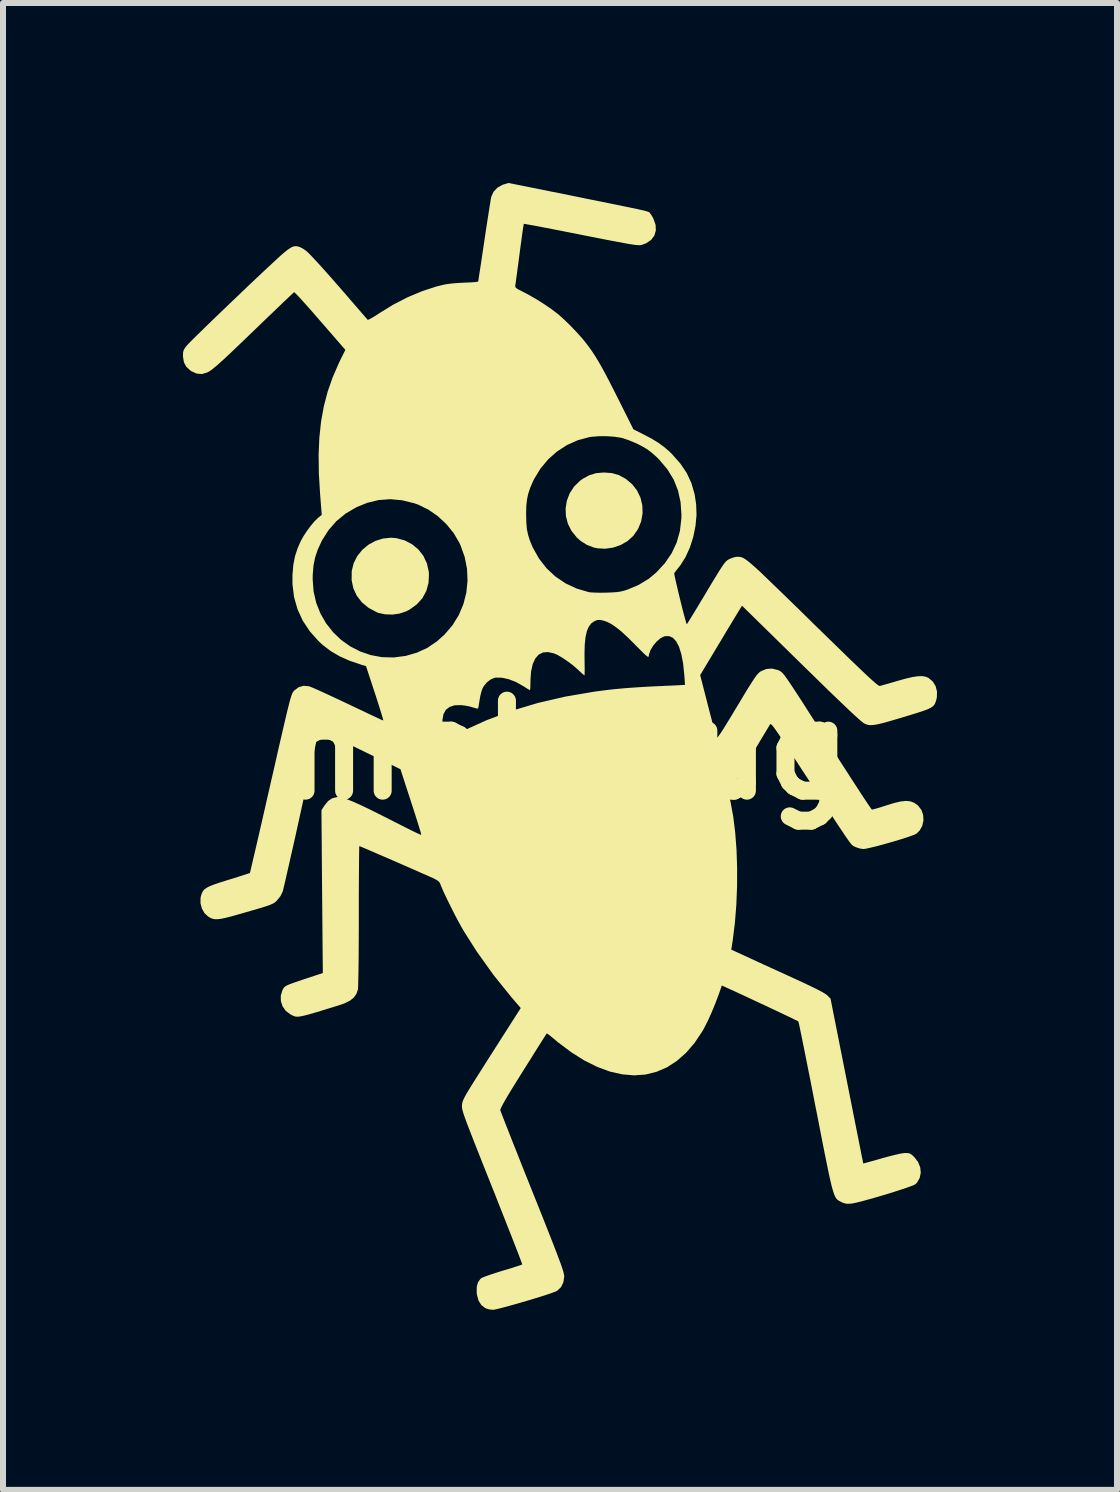
<source format=kicad_pcb>
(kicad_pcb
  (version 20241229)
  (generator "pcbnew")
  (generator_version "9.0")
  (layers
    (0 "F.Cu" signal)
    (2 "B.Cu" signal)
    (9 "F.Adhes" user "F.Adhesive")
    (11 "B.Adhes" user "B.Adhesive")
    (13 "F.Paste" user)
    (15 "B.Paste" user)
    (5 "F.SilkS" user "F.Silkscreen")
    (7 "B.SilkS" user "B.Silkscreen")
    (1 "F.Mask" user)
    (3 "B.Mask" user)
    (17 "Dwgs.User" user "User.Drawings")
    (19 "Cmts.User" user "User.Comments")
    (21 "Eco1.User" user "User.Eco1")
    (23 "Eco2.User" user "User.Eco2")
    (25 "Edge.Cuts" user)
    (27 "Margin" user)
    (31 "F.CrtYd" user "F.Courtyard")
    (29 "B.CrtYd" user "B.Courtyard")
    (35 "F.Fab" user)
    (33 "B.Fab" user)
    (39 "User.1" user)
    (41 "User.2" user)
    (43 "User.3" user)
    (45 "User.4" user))
  (footprint "mot_bug"
    (layer "F.Cu")
    (at 6.4 9.451)
    (property "Reference" "mot_bug" (at 0 0 0) (layer "F.SilkS") (effects (font (size 1.5 1.5) (thickness 0.3))))
    (attr board_only exclude_from_pos_files exclude_from_bom)
    (fp_poly (pts (xy -2.844 -3.531) (xy -2.704 -3.493) (xy -2.58 -3.428) (xy -2.475 -3.341) (xy -2.392 -3.234) (xy -2.334 -3.109) (xy -2.303 -2.971) (xy -2.3 -2.932) (xy -2.307 -2.785) (xy -2.344 -2.65) (xy -2.409 -2.53) (xy -2.502 -2.427) (xy -2.621 -2.341) (xy -2.685 -2.308) (xy -2.792 -2.273) (xy -2.911 -2.257) (xy -3.031 -2.261) (xy -3.14 -2.284) (xy -3.168 -2.295) (xy -3.305 -2.368) (xy -3.417 -2.46) (xy -3.502 -2.569) (xy -3.56 -2.693) (xy -3.589 -2.83) (xy -3.587 -2.977) (xy -3.586 -2.988) (xy -3.554 -3.116) (xy -3.494 -3.233) (xy -3.412 -3.335) (xy -3.311 -3.42) (xy -3.194 -3.484) (xy -3.068 -3.524) (xy -2.935 -3.538)) (stroke (width 0) (type solid)) (fill yes) (layer "F.SilkS"))
    (fp_poly (pts (xy 0.75 -4.615) (xy 0.865 -4.582) (xy 0.975 -4.522) (xy 0.981 -4.519) (xy 1.088 -4.429) (xy 1.17 -4.323) (xy 1.227 -4.203) (xy 1.257 -4.075) (xy 1.261 -3.943) (xy 1.238 -3.812) (xy 1.187 -3.686) (xy 1.108 -3.571) (xy 1.107 -3.57) (xy 1.012 -3.483) (xy 0.897 -3.417) (xy 0.769 -3.373) (xy 0.636 -3.354) (xy 0.504 -3.362) (xy 0.449 -3.374) (xy 0.331 -3.419) (xy 0.228 -3.485) (xy 0.165 -3.541) (xy 0.077 -3.65) (xy 0.016 -3.77) (xy -0.017 -3.897) (xy -0.022 -4.027) (xy -0.001 -4.156) (xy 0.046 -4.278) (xy 0.119 -4.39) (xy 0.217 -4.486) (xy 0.262 -4.519) (xy 0.372 -4.579) (xy 0.486 -4.614) (xy 0.615 -4.625) (xy 0.621 -4.625)) (stroke (width 0) (type solid)) (fill yes) (layer "F.SilkS"))
    (fp_poly (pts (xy 0.096 -9.236) (xy 0.325 -9.189) (xy 0.525 -9.149) (xy 0.697 -9.114) (xy 0.843 -9.084) (xy 0.966 -9.059) (xy 1.068 -9.038) (xy 1.151 -9.021) (xy 1.216 -9.006) (xy 1.267 -8.995) (xy 1.304 -8.986) (xy 1.332 -8.978) (xy 1.351 -8.972) (xy 1.363 -8.966) (xy 1.372 -8.962) (xy 1.378 -8.957) (xy 1.397 -8.932) (xy 1.424 -8.889) (xy 1.442 -8.855) (xy 1.478 -8.753) (xy 1.482 -8.659) (xy 1.457 -8.574) (xy 1.404 -8.503) (xy 1.323 -8.447) (xy 1.247 -8.419) (xy 1.231 -8.415) (xy 1.21 -8.414) (xy 1.182 -8.415) (xy 1.144 -8.418) (xy 1.094 -8.425) (xy 1.03 -8.435) (xy 0.948 -8.45) (xy 0.847 -8.469) (xy 0.723 -8.492) (xy 0.574 -8.521) (xy 0.398 -8.556) (xy 0.234 -8.588) (xy 0.063 -8.622) (xy -0.098 -8.654) (xy -0.247 -8.683) (xy -0.381 -8.709) (xy -0.496 -8.731) (xy -0.59 -8.748) (xy -0.661 -8.761) (xy -0.704 -8.769) (xy -0.719 -8.77) (xy -0.722 -8.753) (xy -0.73 -8.708) (xy -0.74 -8.638) (xy -0.752 -8.548) (xy -0.767 -8.441) (xy -0.783 -8.322) (xy -0.789 -8.276) (xy -0.805 -8.152) (xy -0.821 -8.036) (xy -0.834 -7.934) (xy -0.846 -7.849) (xy -0.854 -7.787) (xy -0.86 -7.751) (xy -0.86 -7.746) (xy -0.861 -7.722) (xy -0.849 -7.702) (xy -0.819 -7.681) (xy -0.775 -7.659) (xy -0.648 -7.593) (xy -0.514 -7.516) (xy -0.38 -7.432) (xy -0.257 -7.348) (xy -0.154 -7.269) (xy -0.134 -7.253) (xy -0.042 -7.17) (xy 0.059 -7.072) (xy 0.159 -6.967) (xy 0.25 -6.866) (xy 0.309 -6.794) (xy 0.365 -6.721) (xy 0.417 -6.648) (xy 0.467 -6.571) (xy 0.519 -6.487) (xy 0.574 -6.392) (xy 0.634 -6.282) (xy 0.702 -6.153) (xy 0.779 -6.001) (xy 0.854 -5.853) (xy 1.108 -5.345) (xy 1.275 -5.261) (xy 1.409 -5.191) (xy 1.519 -5.124) (xy 1.614 -5.055) (xy 1.703 -4.979) (xy 1.755 -4.928) (xy 1.891 -4.774) (xy 1.997 -4.616) (xy 2.075 -4.448) (xy 2.128 -4.265) (xy 2.154 -4.095) (xy 2.16 -3.917) (xy 2.143 -3.733) (xy 2.106 -3.551) (xy 2.05 -3.376) (xy 1.977 -3.215) (xy 1.89 -3.077) (xy 1.871 -3.053) (xy 1.833 -3.006) (xy 1.804 -2.968) (xy 1.789 -2.947) (xy 1.79 -2.928) (xy 1.799 -2.883) (xy 1.814 -2.816) (xy 1.833 -2.733) (xy 1.855 -2.639) (xy 1.879 -2.539) (xy 1.904 -2.438) (xy 1.928 -2.341) (xy 1.951 -2.254) (xy 1.971 -2.181) (xy 1.986 -2.128) (xy 1.996 -2.099) (xy 1.998 -2.096) (xy 2.007 -2.108) (xy 2.031 -2.146) (xy 2.067 -2.204) (xy 2.114 -2.281) (xy 2.17 -2.373) (xy 2.232 -2.477) (xy 2.269 -2.537) (xy 2.356 -2.684) (xy 2.429 -2.805) (xy 2.489 -2.903) (xy 2.537 -2.981) (xy 2.576 -3.042) (xy 2.607 -3.088) (xy 2.632 -3.121) (xy 2.653 -3.144) (xy 2.672 -3.161) (xy 2.69 -3.173) (xy 2.71 -3.183) (xy 2.716 -3.186) (xy 2.769 -3.207) (xy 2.819 -3.219) (xy 2.833 -3.22) (xy 2.856 -3.22) (xy 2.877 -3.219) (xy 2.899 -3.215) (xy 2.921 -3.208) (xy 2.947 -3.196) (xy 2.977 -3.177) (xy 3.013 -3.151) (xy 3.057 -3.115) (xy 3.11 -3.069) (xy 3.174 -3.012) (xy 3.25 -2.941) (xy 3.339 -2.855) (xy 3.444 -2.754) (xy 3.566 -2.636) (xy 3.707 -2.499) (xy 3.867 -2.343) (xy 4.049 -2.165) (xy 4.092 -2.122) (xy 4.281 -1.938) (xy 4.448 -1.775) (xy 4.594 -1.633) (xy 4.72 -1.51) (xy 4.829 -1.406) (xy 4.921 -1.318) (xy 4.998 -1.245) (xy 5.061 -1.187) (xy 5.111 -1.142) (xy 5.15 -1.108) (xy 5.179 -1.086) (xy 5.199 -1.072) (xy 5.211 -1.067) (xy 5.215 -1.067) (xy 5.243 -1.074) (xy 5.295 -1.089) (xy 5.367 -1.109) (xy 5.452 -1.134) (xy 5.513 -1.152) (xy 5.65 -1.19) (xy 5.762 -1.216) (xy 5.852 -1.229) (xy 5.924 -1.231) (xy 5.982 -1.22) (xy 6.029 -1.2) (xy 6.098 -1.141) (xy 6.146 -1.063) (xy 6.169 -0.972) (xy 6.166 -0.876) (xy 6.159 -0.844) (xy 6.147 -0.804) (xy 6.134 -0.771) (xy 6.116 -0.743) (xy 6.089 -0.719) (xy 6.051 -0.696) (xy 5.997 -0.672) (xy 5.924 -0.646) (xy 5.829 -0.615) (xy 5.708 -0.578) (xy 5.627 -0.553) (xy 5.479 -0.509) (xy 5.358 -0.474) (xy 5.261 -0.447) (xy 5.184 -0.429) (xy 5.123 -0.418) (xy 5.075 -0.414) (xy 5.036 -0.415) (xy 5.002 -0.423) (xy 4.97 -0.435) (xy 4.963 -0.438) (xy 4.942 -0.451) (xy 4.908 -0.478) (xy 4.859 -0.52) (xy 4.795 -0.578) (xy 4.715 -0.652) (xy 4.618 -0.745) (xy 4.502 -0.856) (xy 4.366 -0.986) (xy 4.211 -1.138) (xy 4.034 -1.311) (xy 3.905 -1.437) (xy 2.919 -2.404) (xy 2.875 -2.334) (xy 2.856 -2.304) (xy 2.823 -2.249) (xy 2.777 -2.174) (xy 2.722 -2.082) (xy 2.658 -1.977) (xy 2.59 -1.862) (xy 2.526 -1.756) (xy 2.221 -1.248) (xy 2.351 -0.742) (xy 2.383 -0.618) (xy 2.413 -0.502) (xy 2.44 -0.4) (xy 2.463 -0.316) (xy 2.48 -0.252) (xy 2.491 -0.215) (xy 2.494 -0.207) (xy 2.501 -0.204) (xy 2.514 -0.215) (xy 2.536 -0.243) (xy 2.567 -0.288) (xy 2.609 -0.353) (xy 2.663 -0.44) (xy 2.731 -0.551) (xy 2.813 -0.688) (xy 2.833 -0.72) (xy 2.917 -0.86) (xy 2.986 -0.975) (xy 3.043 -1.067) (xy 3.089 -1.139) (xy 3.126 -1.195) (xy 3.155 -1.236) (xy 3.18 -1.266) (xy 3.201 -1.288) (xy 3.221 -1.304) (xy 3.232 -1.311) (xy 3.321 -1.349) (xy 3.417 -1.357) (xy 3.515 -1.333) (xy 3.544 -1.32) (xy 3.558 -1.312) (xy 3.572 -1.302) (xy 3.588 -1.288) (xy 3.606 -1.268) (xy 3.629 -1.24) (xy 3.657 -1.202) (xy 3.691 -1.153) (xy 3.733 -1.091) (xy 3.784 -1.014) (xy 3.846 -0.919) (xy 3.919 -0.807) (xy 4.004 -0.673) (xy 4.104 -0.517) (xy 4.218 -0.338) (xy 4.339 -0.147) (xy 4.451 0.027) (xy 4.557 0.194) (xy 4.658 0.35) (xy 4.751 0.495) (xy 4.835 0.624) (xy 4.909 0.738) (xy 4.972 0.833) (xy 5.022 0.908) (xy 5.058 0.961) (xy 5.079 0.989) (xy 5.083 0.993) (xy 5.105 0.99) (xy 5.153 0.977) (xy 5.218 0.958) (xy 5.296 0.933) (xy 5.324 0.924) (xy 5.457 0.883) (xy 5.565 0.858) (xy 5.654 0.849) (xy 5.727 0.857) (xy 5.79 0.881) (xy 5.846 0.921) (xy 5.854 0.929) (xy 5.909 1) (xy 5.938 1.085) (xy 5.943 1.175) (xy 5.923 1.264) (xy 5.88 1.342) (xy 5.826 1.395) (xy 5.794 1.411) (xy 5.736 1.433) (xy 5.658 1.46) (xy 5.564 1.49) (xy 5.461 1.521) (xy 5.353 1.552) (xy 5.247 1.582) (xy 5.147 1.608) (xy 5.061 1.629) (xy 4.992 1.644) (xy 4.946 1.651) (xy 4.94 1.651) (xy 4.884 1.643) (xy 4.822 1.623) (xy 4.802 1.614) (xy 4.791 1.608) (xy 4.781 1.604) (xy 4.771 1.599) (xy 4.761 1.591) (xy 4.749 1.58) (xy 4.734 1.563) (xy 4.715 1.539) (xy 4.691 1.506) (xy 4.661 1.463) (xy 4.623 1.408) (xy 4.578 1.34) (xy 4.522 1.257) (xy 4.456 1.156) (xy 4.379 1.038) (xy 4.289 0.899) (xy 4.185 0.74) (xy 4.066 0.556) (xy 3.93 0.349) (xy 3.834 0.201) (xy 3.734 0.048) (xy 3.651 -0.08) (xy 3.582 -0.184) (xy 3.526 -0.267) (xy 3.482 -0.33) (xy 3.449 -0.376) (xy 3.424 -0.407) (xy 3.407 -0.425) (xy 3.395 -0.432) (xy 3.388 -0.429) (xy 3.388 -0.429) (xy 3.375 -0.409) (xy 3.348 -0.364) (xy 3.308 -0.297) (xy 3.257 -0.212) (xy 3.197 -0.112) (xy 3.13 0.001) (xy 3.057 0.123) (xy 3.033 0.164) (xy 2.697 0.728) (xy 2.727 0.866) (xy 2.772 1.11) (xy 2.805 1.378) (xy 2.827 1.665) (xy 2.837 1.965) (xy 2.836 2.271) (xy 2.824 2.578) (xy 2.8 2.88) (xy 2.764 3.171) (xy 2.75 3.262) (xy 2.739 3.328) (xy 2.982 3.44) (xy 3.057 3.474) (xy 3.156 3.52) (xy 3.273 3.574) (xy 3.403 3.633) (xy 3.539 3.695) (xy 3.677 3.758) (xy 3.755 3.794) (xy 3.914 3.867) (xy 4.044 3.928) (xy 4.148 3.979) (xy 4.229 4.02) (xy 4.287 4.053) (xy 4.325 4.078) (xy 4.34 4.09) (xy 4.394 4.145) (xy 4.666 5.517) (xy 4.707 5.724) (xy 4.746 5.921) (xy 4.783 6.107) (xy 4.817 6.279) (xy 4.848 6.434) (xy 4.875 6.57) (xy 4.898 6.686) (xy 4.916 6.778) (xy 4.93 6.845) (xy 4.937 6.883) (xy 4.939 6.892) (xy 4.955 6.889) (xy 4.997 6.878) (xy 5.061 6.86) (xy 5.142 6.838) (xy 5.236 6.811) (xy 5.251 6.806) (xy 5.369 6.774) (xy 5.472 6.748) (xy 5.557 6.729) (xy 5.619 6.719) (xy 5.641 6.718) (xy 5.69 6.72) (xy 5.725 6.731) (xy 5.76 6.757) (xy 5.791 6.787) (xy 5.853 6.868) (xy 5.889 6.957) (xy 5.898 7.047) (xy 5.88 7.134) (xy 5.836 7.211) (xy 5.812 7.236) (xy 5.786 7.251) (xy 5.733 7.272) (xy 5.658 7.299) (xy 5.565 7.33) (xy 5.46 7.364) (xy 5.347 7.399) (xy 5.23 7.434) (xy 5.115 7.468) (xy 5.006 7.498) (xy 4.908 7.525) (xy 4.825 7.545) (xy 4.762 7.558) (xy 4.736 7.562) (xy 4.671 7.565) (xy 4.62 7.555) (xy 4.576 7.537) (xy 4.554 7.525) (xy 4.533 7.514) (xy 4.515 7.502) (xy 4.498 7.486) (xy 4.482 7.465) (xy 4.467 7.436) (xy 4.451 7.398) (xy 4.435 7.348) (xy 4.417 7.286) (xy 4.398 7.207) (xy 4.376 7.112) (xy 4.352 6.997) (xy 4.324 6.86) (xy 4.292 6.701) (xy 4.255 6.516) (xy 4.214 6.304) (xy 4.167 6.062) (xy 4.145 5.954) (xy 4.104 5.743) (xy 4.065 5.542) (xy 4.027 5.352) (xy 3.992 5.176) (xy 3.96 5.016) (xy 3.932 4.875) (xy 3.907 4.754) (xy 3.887 4.656) (xy 3.872 4.584) (xy 3.861 4.539) (xy 3.857 4.524) (xy 3.841 4.515) (xy 3.798 4.495) (xy 3.734 4.463) (xy 3.651 4.424) (xy 3.553 4.377) (xy 3.444 4.326) (xy 3.328 4.271) (xy 3.209 4.216) (xy 3.09 4.16) (xy 2.975 4.106) (xy 2.868 4.057) (xy 2.772 4.012) (xy 2.691 3.976) (xy 2.691 3.975) (xy 2.582 3.926) (xy 2.53 4.076) (xy 2.473 4.227) (xy 2.411 4.377) (xy 2.348 4.516) (xy 2.287 4.636) (xy 2.259 4.686) (xy 2.128 4.883) (xy 1.985 5.049) (xy 1.831 5.184) (xy 1.667 5.29) (xy 1.493 5.365) (xy 1.311 5.41) (xy 1.12 5.424) (xy 0.922 5.407) (xy 0.717 5.361) (xy 0.506 5.283) (xy 0.29 5.176) (xy 0.07 5.037) (xy -0.155 4.868) (xy -0.237 4.799) (xy -0.282 4.762) (xy -0.317 4.735) (xy -0.336 4.725) (xy -0.337 4.725) (xy -0.347 4.74) (xy -0.372 4.78) (xy -0.411 4.841) (xy -0.462 4.922) (xy -0.524 5.02) (xy -0.593 5.131) (xy -0.67 5.253) (xy -0.731 5.35) (xy -0.832 5.512) (xy -0.917 5.649) (xy -0.985 5.761) (xy -1.037 5.85) (xy -1.075 5.918) (xy -1.099 5.966) (xy -1.11 5.995) (xy -1.111 6.004) (xy -1.104 6.024) (xy -1.086 6.072) (xy -1.057 6.146) (xy -1.019 6.244) (xy -0.972 6.363) (xy -0.918 6.501) (xy -0.856 6.656) (xy -0.789 6.826) (xy -0.717 7.008) (xy -0.64 7.2) (xy -0.575 7.363) (xy -0.481 7.597) (xy -0.399 7.803) (xy -0.328 7.982) (xy -0.267 8.137) (xy -0.215 8.27) (xy -0.172 8.382) (xy -0.137 8.475) (xy -0.108 8.552) (xy -0.086 8.614) (xy -0.07 8.664) (xy -0.058 8.703) (xy -0.051 8.733) (xy -0.047 8.757) (xy -0.045 8.776) (xy -0.045 8.777) (xy -0.059 8.872) (xy -0.098 8.953) (xy -0.161 9.014) (xy -0.163 9.015) (xy -0.193 9.029) (xy -0.25 9.05) (xy -0.329 9.077) (xy -0.424 9.108) (xy -0.532 9.141) (xy -0.647 9.176) (xy -0.764 9.21) (xy -0.878 9.243) (xy -0.985 9.273) (xy -1.079 9.298) (xy -1.156 9.317) (xy -1.211 9.329) (xy -1.236 9.332) (xy -1.295 9.325) (xy -1.352 9.308) (xy -1.358 9.305) (xy -1.426 9.254) (xy -1.474 9.178) (xy -1.5 9.081) (xy -1.504 9.039) (xy -1.503 8.947) (xy -1.484 8.876) (xy -1.445 8.82) (xy -1.431 8.807) (xy -1.407 8.794) (xy -1.356 8.774) (xy -1.285 8.749) (xy -1.198 8.72) (xy -1.1 8.689) (xy -1.077 8.682) (xy -0.98 8.653) (xy -0.893 8.626) (xy -0.822 8.603) (xy -0.772 8.587) (xy -0.747 8.577) (xy -0.745 8.576) (xy -0.75 8.56) (xy -0.766 8.516) (xy -0.792 8.446) (xy -0.828 8.352) (xy -0.873 8.237) (xy -0.925 8.103) (xy -0.985 7.952) (xy -1.05 7.786) (xy -1.121 7.607) (xy -1.195 7.418) (xy -1.247 7.289) (xy -1.337 7.062) (xy -1.416 6.864) (xy -1.484 6.691) (xy -1.543 6.543) (xy -1.592 6.417) (xy -1.633 6.311) (xy -1.667 6.223) (xy -1.693 6.151) (xy -1.714 6.093) (xy -1.729 6.047) (xy -1.739 6.011) (xy -1.746 5.983) (xy -1.749 5.96) (xy -1.75 5.941) (xy -1.75 5.924) (xy -1.749 5.919) (xy -1.747 5.898) (xy -1.743 5.877) (xy -1.736 5.853) (xy -1.724 5.825) (xy -1.706 5.788) (xy -1.681 5.742) (xy -1.647 5.684) (xy -1.602 5.611) (xy -1.546 5.521) (xy -1.477 5.412) (xy -1.394 5.281) (xy -1.295 5.125) (xy -1.256 5.064) (xy -0.77 4.302) (xy -0.932 4.113) (xy -1.225 3.749) (xy -1.504 3.358) (xy -1.712 3.031) (xy -1.757 2.954) (xy -1.809 2.859) (xy -1.866 2.752) (xy -1.923 2.639) (xy -1.978 2.528) (xy -2.028 2.425) (xy -2.069 2.336) (xy -2.098 2.267) (xy -2.103 2.255) (xy -2.114 2.226) (xy -2.127 2.203) (xy -2.147 2.184) (xy -2.178 2.164) (xy -2.225 2.139) (xy -2.295 2.108) (xy -2.346 2.085) (xy -2.459 2.036) (xy -2.58 1.982) (xy -2.706 1.927) (xy -2.833 1.872) (xy -2.957 1.817) (xy -3.076 1.766) (xy -3.185 1.719) (xy -3.28 1.678) (xy -3.359 1.644) (xy -3.418 1.619) (xy -3.452 1.605) (xy -3.46 1.602) (xy -3.462 1.618) (xy -3.463 1.664) (xy -3.464 1.737) (xy -3.465 1.836) (xy -3.466 1.956) (xy -3.467 2.097) (xy -3.468 2.254) (xy -3.469 2.427) (xy -3.469 2.611) (xy -3.469 2.766) (xy -3.469 2.96) (xy -3.47 3.146) (xy -3.471 3.32) (xy -3.472 3.481) (xy -3.474 3.625) (xy -3.476 3.749) (xy -3.478 3.851) (xy -3.48 3.929) (xy -3.482 3.978) (xy -3.484 3.995) (xy -3.511 4.069) (xy -3.555 4.13) (xy -3.62 4.181) (xy -3.711 4.225) (xy -3.81 4.259) (xy -3.973 4.309) (xy -4.108 4.351) (xy -4.218 4.384) (xy -4.306 4.409) (xy -4.376 4.427) (xy -4.43 4.439) (xy -4.472 4.445) (xy -4.505 4.446) (xy -4.532 4.442) (xy -4.556 4.433) (xy -4.581 4.422) (xy -4.609 4.407) (xy -4.609 4.407) (xy -4.686 4.35) (xy -4.739 4.275) (xy -4.768 4.189) (xy -4.77 4.096) (xy -4.743 4.006) (xy -4.727 3.976) (xy -4.714 3.958) (xy -4.696 3.942) (xy -4.668 3.925) (xy -4.627 3.907) (xy -4.566 3.884) (xy -4.484 3.856) (xy -4.383 3.822) (xy -4.069 3.718) (xy -4.081 2.362) (xy -4.092 1.005) (xy -4.042 0.927) (xy -3.98 0.85) (xy -3.91 0.804) (xy -3.828 0.785) (xy -3.81 0.785) (xy -3.771 0.789) (xy -3.718 0.803) (xy -3.649 0.828) (xy -3.562 0.863) (xy -3.455 0.911) (xy -3.326 0.972) (xy -3.174 1.047) (xy -2.997 1.136) (xy -2.866 1.203) (xy -2.757 1.258) (xy -2.658 1.308) (xy -2.572 1.351) (xy -2.503 1.384) (xy -2.454 1.406) (xy -2.43 1.416) (xy -2.428 1.416) (xy -2.431 1.4) (xy -2.443 1.355) (xy -2.464 1.287) (xy -2.491 1.199) (xy -2.524 1.094) (xy -2.562 0.976) (xy -2.598 0.865) (xy -2.775 0.321) (xy -3.453 -0.009) (xy -4.131 -0.339) (xy -4.151 -0.255) (xy -4.158 -0.226) (xy -4.171 -0.168) (xy -4.19 -0.083) (xy -4.214 0.026) (xy -4.243 0.156) (xy -4.276 0.305) (xy -4.312 0.47) (xy -4.352 0.648) (xy -4.394 0.837) (xy -4.437 1.033) (xy -4.442 1.054) (xy -4.485 1.251) (xy -4.527 1.441) (xy -4.567 1.62) (xy -4.605 1.786) (xy -4.639 1.936) (xy -4.669 2.068) (xy -4.694 2.179) (xy -4.715 2.266) (xy -4.729 2.327) (xy -4.738 2.359) (xy -4.738 2.36) (xy -4.777 2.439) (xy -4.832 2.507) (xy -4.852 2.527) (xy -4.873 2.544) (xy -4.899 2.56) (xy -4.932 2.575) (xy -4.978 2.593) (xy -5.039 2.613) (xy -5.121 2.638) (xy -5.227 2.669) (xy -5.344 2.703) (xy -5.486 2.744) (xy -5.601 2.776) (xy -5.692 2.799) (xy -5.764 2.814) (xy -5.82 2.821) (xy -5.865 2.821) (xy -5.902 2.815) (xy -5.936 2.802) (xy -5.97 2.783) (xy -5.978 2.778) (xy -6.04 2.722) (xy -6.084 2.645) (xy -6.108 2.557) (xy -6.107 2.467) (xy -6.101 2.437) (xy -6.087 2.393) (xy -6.07 2.357) (xy -6.045 2.326) (xy -6.008 2.299) (xy -5.957 2.272) (xy -5.886 2.244) (xy -5.792 2.212) (xy -5.672 2.174) (xy -5.643 2.165) (xy -5.541 2.134) (xy -5.451 2.105) (xy -5.376 2.081) (xy -5.32 2.063) (xy -5.29 2.053) (xy -5.285 2.05) (xy -5.28 2.034) (xy -5.269 1.988) (xy -5.252 1.914) (xy -5.229 1.815) (xy -5.2 1.693) (xy -5.167 1.551) (xy -5.13 1.39) (xy -5.089 1.212) (xy -5.045 1.02) (xy -4.999 0.817) (xy -4.95 0.604) (xy -4.939 0.554) (xy -4.881 0.303) (xy -4.831 0.081) (xy -4.787 -0.112) (xy -4.748 -0.28) (xy -4.715 -0.423) (xy -4.686 -0.545) (xy -4.662 -0.647) (xy -4.641 -0.73) (xy -4.624 -0.798) (xy -4.609 -0.851) (xy -4.597 -0.892) (xy -4.586 -0.923) (xy -4.577 -0.946) (xy -4.568 -0.963) (xy -4.559 -0.975) (xy -4.551 -0.986) (xy -4.545 -0.991) (xy -4.472 -1.046) (xy -4.39 -1.07) (xy -4.301 -1.062) (xy -4.298 -1.061) (xy -4.268 -1.05) (xy -4.212 -1.027) (xy -4.134 -0.992) (xy -4.038 -0.948) (xy -3.927 -0.897) (xy -3.805 -0.84) (xy -3.675 -0.779) (xy -3.65 -0.767) (xy -3.522 -0.706) (xy -3.403 -0.65) (xy -3.297 -0.599) (xy -3.207 -0.557) (xy -3.136 -0.524) (xy -3.087 -0.501) (xy -3.063 -0.491) (xy -3.061 -0.49) (xy -3.063 -0.499) (xy -2.075 -0.499) (xy -2.074 -0.417) (xy -2.065 -0.349) (xy -2.051 -0.285) (xy -2.035 -0.231) (xy -2.018 -0.195) (xy -2.003 -0.183) (xy -2.001 -0.183) (xy -1.983 -0.192) (xy -1.941 -0.213) (xy -1.88 -0.244) (xy -1.804 -0.282) (xy -1.736 -0.316) (xy -1.339 -0.496) (xy -0.923 -0.652) (xy -0.486 -0.783) (xy -0.029 -0.889) (xy 0.45 -0.971) (xy 0.511 -0.979) (xy 0.648 -0.997) (xy 0.777 -1.012) (xy 0.905 -1.024) (xy 1.038 -1.035) (xy 1.183 -1.045) (xy 1.347 -1.055) (xy 1.537 -1.064) (xy 1.549 -1.064) (xy 1.662 -1.07) (xy 1.764 -1.074) (xy 1.849 -1.078) (xy 1.914 -1.082) (xy 1.955 -1.084) (xy 1.967 -1.085) (xy 1.967 -1.101) (xy 1.964 -1.143) (xy 1.96 -1.204) (xy 1.955 -1.267) (xy 1.936 -1.446) (xy 1.907 -1.597) (xy 1.869 -1.718) (xy 1.823 -1.808) (xy 1.767 -1.869) (xy 1.704 -1.898) (xy 1.632 -1.896) (xy 1.623 -1.894) (xy 1.56 -1.863) (xy 1.496 -1.808) (xy 1.438 -1.739) (xy 1.393 -1.664) (xy 1.367 -1.591) (xy 1.365 -1.571) (xy 1.362 -1.557) (xy 1.355 -1.552) (xy 1.34 -1.558) (xy 1.316 -1.577) (xy 1.278 -1.612) (xy 1.224 -1.666) (xy 1.151 -1.739) (xy 1.124 -1.767) (xy 1.007 -1.883) (xy 0.906 -1.976) (xy 0.817 -2.047) (xy 0.739 -2.1) (xy 0.668 -2.136) (xy 0.602 -2.158) (xy 0.548 -2.168) (xy 0.509 -2.166) (xy 0.47 -2.152) (xy 0.459 -2.147) (xy 0.406 -2.11) (xy 0.364 -2.055) (xy 0.332 -1.98) (xy 0.31 -1.881) (xy 0.297 -1.758) (xy 0.293 -1.606) (xy 0.294 -1.511) (xy 0.295 -1.421) (xy 0.296 -1.344) (xy 0.295 -1.286) (xy 0.294 -1.25) (xy 0.293 -1.242) (xy 0.279 -1.253) (xy 0.247 -1.28) (xy 0.203 -1.32) (xy 0.185 -1.337) (xy 0.103 -1.409) (xy 0.013 -1.477) (xy -0.077 -1.538) (xy -0.159 -1.585) (xy -0.216 -1.61) (xy -0.315 -1.632) (xy -0.4 -1.625) (xy -0.471 -1.589) (xy -0.528 -1.524) (xy -0.57 -1.432) (xy -0.597 -1.312) (xy -0.608 -1.166) (xy -0.608 -1.135) (xy -0.609 -1.073) (xy -0.611 -1.025) (xy -0.615 -0.999) (xy -0.616 -0.997) (xy -0.632 -1.005) (xy -0.669 -1.027) (xy -0.717 -1.058) (xy -0.724 -1.062) (xy -0.846 -1.131) (xy -0.968 -1.179) (xy -1.082 -1.204) (xy -1.184 -1.206) (xy -1.204 -1.203) (xy -1.27 -1.176) (xy -1.335 -1.126) (xy -1.388 -1.061) (xy -1.41 -1.019) (xy -1.427 -0.968) (xy -1.444 -0.899) (xy -1.457 -0.826) (xy -1.457 -0.824) (xy -1.467 -0.763) (xy -1.475 -0.716) (xy -1.481 -0.692) (xy -1.482 -0.69) (xy -1.5 -0.691) (xy -1.539 -0.701) (xy -1.568 -0.71) (xy -1.627 -0.726) (xy -1.701 -0.74) (xy -1.761 -0.747) (xy -1.869 -0.745) (xy -1.955 -0.718) (xy -2.018 -0.669) (xy -2.058 -0.596) (xy -2.075 -0.499) (xy -3.063 -0.499) (xy -3.064 -0.505) (xy -3.075 -0.547) (xy -3.095 -0.613) (xy -3.121 -0.698) (xy -3.153 -0.798) (xy -3.189 -0.911) (xy -3.2 -0.944) (xy -3.349 -1.398) (xy -3.421 -1.419) (xy -3.619 -1.486) (xy -3.79 -1.562) (xy -3.94 -1.65) (xy -4.074 -1.753) (xy -4.138 -1.812) (xy -4.286 -1.978) (xy -4.404 -2.156) (xy -4.491 -2.346) (xy -4.548 -2.547) (xy -4.575 -2.761) (xy -4.575 -2.844) (xy -4.238 -2.844) (xy -4.223 -2.643) (xy -4.179 -2.452) (xy -4.108 -2.273) (xy -4.014 -2.11) (xy -3.898 -1.963) (xy -3.763 -1.834) (xy -3.612 -1.727) (xy -3.447 -1.642) (xy -3.269 -1.581) (xy -3.083 -1.547) (xy -2.889 -1.542) (xy -2.692 -1.567) (xy -2.501 -1.622) (xy -2.326 -1.702) (xy -2.165 -1.812) (xy -2.04 -1.924) (xy -1.908 -2.078) (xy -1.803 -2.248) (xy -1.726 -2.43) (xy -1.677 -2.621) (xy -1.657 -2.818) (xy -1.665 -3.017) (xy -1.704 -3.216) (xy -1.773 -3.409) (xy -1.795 -3.457) (xy -1.89 -3.618) (xy -2.011 -3.766) (xy -2.152 -3.897) (xy -2.189 -3.923) (xy -0.68 -3.923) (xy -0.677 -3.792) (xy -0.668 -3.684) (xy -0.648 -3.587) (xy -0.618 -3.491) (xy -0.574 -3.386) (xy -0.568 -3.372) (xy -0.466 -3.191) (xy -0.341 -3.03) (xy -0.193 -2.892) (xy -0.026 -2.779) (xy 0.16 -2.691) (xy 0.361 -2.632) (xy 0.364 -2.631) (xy 0.405 -2.626) (xy 0.47 -2.623) (xy 0.551 -2.621) (xy 0.639 -2.622) (xy 0.65 -2.622) (xy 0.75 -2.626) (xy 0.827 -2.631) (xy 0.89 -2.64) (xy 0.949 -2.654) (xy 1.002 -2.67) (xy 1.191 -2.749) (xy 1.363 -2.853) (xy 1.486 -2.955) (xy 1.631 -3.111) (xy 1.745 -3.278) (xy 1.829 -3.457) (xy 1.883 -3.648) (xy 1.907 -3.853) (xy 1.909 -3.923) (xy 1.894 -4.132) (xy 1.851 -4.326) (xy 1.779 -4.507) (xy 1.676 -4.676) (xy 1.542 -4.835) (xy 1.486 -4.891) (xy 1.405 -4.962) (xy 1.329 -5.018) (xy 1.242 -5.068) (xy 1.186 -5.097) (xy 1.103 -5.134) (xy 1.017 -5.168) (xy 0.938 -5.195) (xy 0.898 -5.205) (xy 0.788 -5.222) (xy 0.661 -5.23) (xy 0.531 -5.23) (xy 0.411 -5.22) (xy 0.371 -5.214) (xy 0.181 -5.163) (xy 0.002 -5.083) (xy -0.164 -4.976) (xy -0.312 -4.845) (xy -0.44 -4.692) (xy -0.545 -4.52) (xy -0.566 -4.476) (xy -0.613 -4.368) (xy -0.645 -4.272) (xy -0.665 -4.176) (xy -0.677 -4.07) (xy -0.68 -3.944) (xy -0.68 -3.923) (xy -2.189 -3.923) (xy -2.308 -4.005) (xy -2.474 -4.087) (xy -2.544 -4.112) (xy -2.747 -4.162) (xy -2.944 -4.18) (xy -3.137 -4.166) (xy -3.327 -4.12) (xy -3.51 -4.046) (xy -3.688 -3.941) (xy -3.843 -3.814) (xy -3.975 -3.663) (xy -4.084 -3.49) (xy -4.088 -3.482) (xy -4.153 -3.341) (xy -4.198 -3.207) (xy -4.225 -3.071) (xy -4.237 -2.919) (xy -4.238 -2.844) (xy -4.575 -2.844) (xy -4.575 -2.918) (xy -4.561 -3.083) (xy -4.533 -3.229) (xy -4.487 -3.368) (xy -4.437 -3.481) (xy -4.391 -3.564) (xy -4.333 -3.652) (xy -4.269 -3.738) (xy -4.206 -3.813) (xy -4.149 -3.869) (xy -4.139 -3.877) (xy -4.087 -3.918) (xy -4.115 -4.275) (xy -4.135 -4.609) (xy -4.139 -4.918) (xy -4.127 -5.205) (xy -4.098 -5.475) (xy -4.052 -5.729) (xy -3.988 -5.974) (xy -3.905 -6.211) (xy -3.804 -6.444) (xy -3.776 -6.502) (xy -3.693 -6.67) (xy -3.725 -6.706) (xy -3.746 -6.729) (xy -3.783 -6.773) (xy -3.835 -6.832) (xy -3.897 -6.904) (xy -3.966 -6.983) (xy -3.984 -7.004) (xy -4.123 -7.164) (xy -4.241 -7.3) (xy -4.34 -7.412) (xy -4.419 -7.5) (xy -4.479 -7.565) (xy -4.52 -7.607) (xy -4.543 -7.628) (xy -4.548 -7.63) (xy -4.562 -7.618) (xy -4.597 -7.585) (xy -4.651 -7.534) (xy -4.721 -7.468) (xy -4.805 -7.387) (xy -4.902 -7.294) (xy -5.008 -7.193) (xy -5.121 -7.084) (xy -5.13 -7.075) (xy -5.286 -6.925) (xy -5.42 -6.796) (xy -5.535 -6.686) (xy -5.632 -6.594) (xy -5.713 -6.518) (xy -5.781 -6.457) (xy -5.837 -6.407) (xy -5.883 -6.369) (xy -5.92 -6.339) (xy -5.952 -6.317) (xy -5.979 -6.301) (xy -5.999 -6.291) (xy -6.084 -6.266) (xy -6.172 -6.274) (xy -6.259 -6.313) (xy -6.278 -6.326) (xy -6.345 -6.388) (xy -6.384 -6.461) (xy -6.399 -6.552) (xy -6.4 -6.573) (xy -6.398 -6.628) (xy -6.387 -6.668) (xy -6.363 -6.707) (xy -6.336 -6.741) (xy -6.308 -6.771) (xy -6.259 -6.822) (xy -6.19 -6.89) (xy -6.103 -6.975) (xy -6.001 -7.075) (xy -5.886 -7.186) (xy -5.76 -7.307) (xy -5.625 -7.437) (xy -5.483 -7.572) (xy -5.337 -7.712) (xy -5.188 -7.853) (xy -5.038 -7.994) (xy -4.989 -8.04) (xy -4.878 -8.143) (xy -4.788 -8.226) (xy -4.715 -8.29) (xy -4.656 -8.337) (xy -4.609 -8.369) (xy -4.57 -8.389) (xy -4.536 -8.397) (xy -4.504 -8.397) (xy -4.471 -8.389) (xy -4.457 -8.385) (xy -4.409 -8.362) (xy -4.354 -8.325) (xy -4.33 -8.305) (xy -4.288 -8.264) (xy -4.226 -8.199) (xy -4.146 -8.113) (xy -4.05 -8.007) (xy -3.94 -7.883) (xy -3.817 -7.743) (xy -3.683 -7.589) (xy -3.609 -7.502) (xy -3.534 -7.416) (xy -3.466 -7.337) (xy -3.407 -7.269) (xy -3.362 -7.217) (xy -3.332 -7.183) (xy -3.322 -7.17) (xy -3.305 -7.174) (xy -3.266 -7.194) (xy -3.211 -7.226) (xy -3.145 -7.268) (xy -3.124 -7.282) (xy -2.895 -7.423) (xy -2.656 -7.546) (xy -2.415 -7.647) (xy -2.178 -7.725) (xy -2.047 -7.757) (xy -1.982 -7.768) (xy -1.895 -7.778) (xy -1.799 -7.785) (xy -1.704 -7.79) (xy -1.623 -7.793) (xy -1.554 -7.797) (xy -1.505 -7.802) (xy -1.481 -7.807) (xy -1.479 -7.808) (xy -1.476 -7.827) (xy -1.469 -7.874) (xy -1.458 -7.947) (xy -1.443 -8.042) (xy -1.426 -8.155) (xy -1.407 -8.283) (xy -1.386 -8.423) (xy -1.376 -8.491) (xy -1.354 -8.638) (xy -1.333 -8.776) (xy -1.313 -8.903) (xy -1.296 -9.014) (xy -1.281 -9.105) (xy -1.27 -9.174) (xy -1.262 -9.215) (xy -1.26 -9.223) (xy -1.223 -9.305) (xy -1.16 -9.372) (xy -1.076 -9.419) (xy -1.06 -9.425) (xy -0.974 -9.451)) (stroke (width 0) (type solid)) (fill yes) (layer "F.SilkS")))
  (gr_rect
    (start -3 -3)
    (end 15.569 21.784)
    (stroke (width 0.1) (type default))
    (fill no)
    (layer "Edge.Cuts")))
</source>
